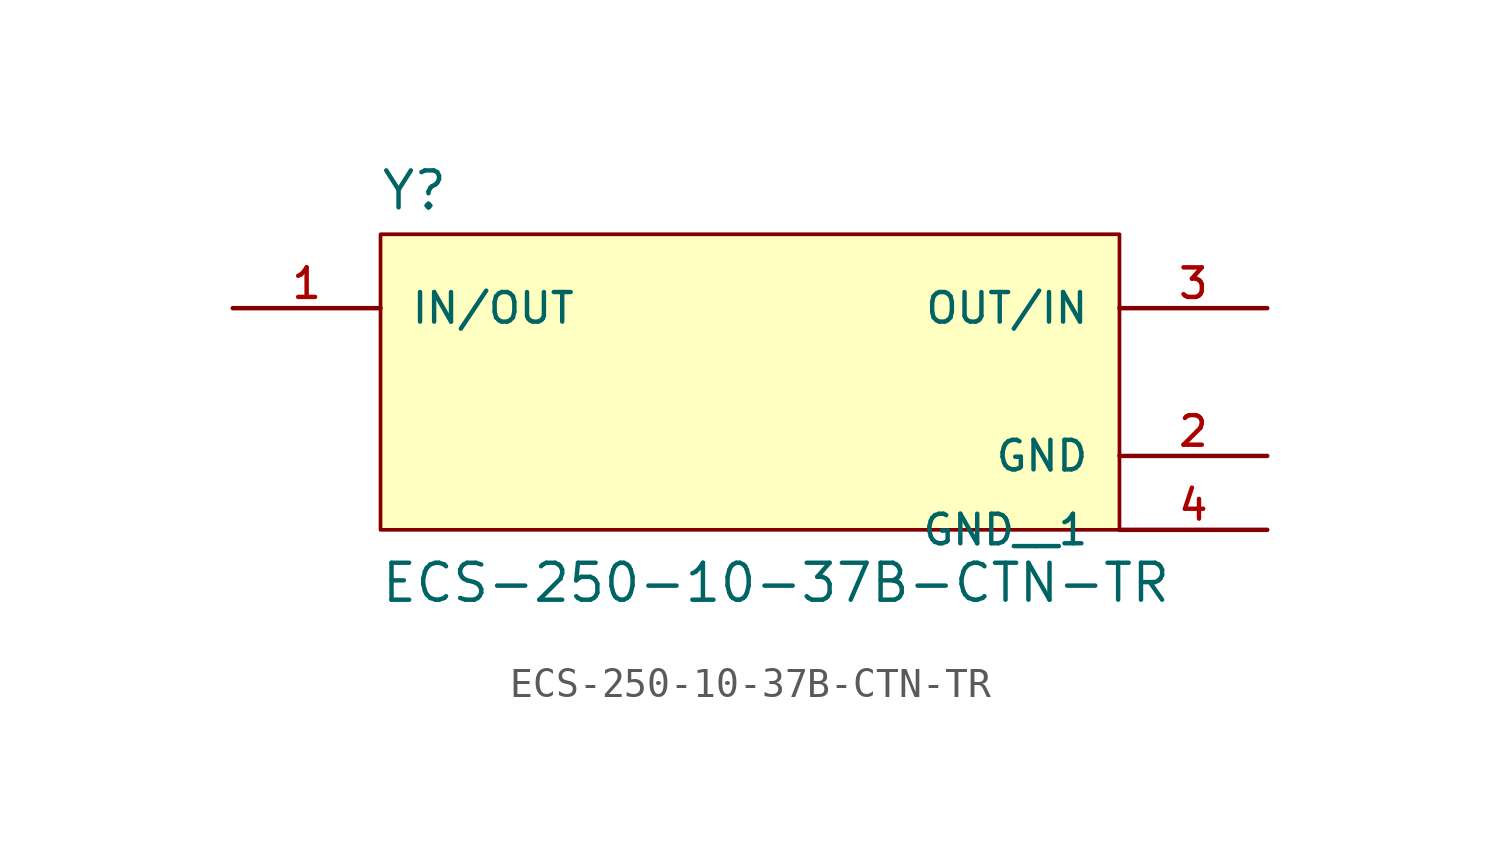
<source format=kicad_sym>
(kicad_symbol_lib
  (version 20220914)
  (generator kicad_symbol_editor)
  (symbol "ECS-250-10-37B-CTN-TR"
    (pin_names
      (offset 1.016))
    (property "Reference" "Y"
      (at -12.725 5.842 0)
      (effects (font (size 1.27 1.27)) (justify left bottom)))
    (property "Value" "ECS-250-10-37B-CTN-TR"
      (at -12.725 -7.645 0)
      (effects (font (size 1.27 1.27)) (justify left bottom)))
    (property "ki_locked" ""
      (at 0 0 0)
      (effects (font (size 1.27 1.27))))
    (symbol "ECS-250-10-37B-CTN-TR_0_0"
      (rectangle (start -12.7 -5.08) (end 12.7 5.08) (stroke (width 0.127) (type solid)) (fill (type background)))
      (pin bidirectional line (at -17.78 2.54 0) (length 5.08) (name "IN/OUT" (effects (font (size 1.016 1.016)))) (number "1" (effects (font (size 1.016 1.016)))))
      (pin power_in line (at 17.78 -2.54 180) (length 5.08) (name "GND" (effects (font (size 1.016 1.016)))) (number "2" (effects (font (size 1.016 1.016)))))
      (pin bidirectional line (at 17.78 2.54 180) (length 5.08) (name "OUT/IN" (effects (font (size 1.016 1.016)))) (number "3" (effects (font (size 1.016 1.016)))))
      (pin power_in line (at 17.78 -5.08 180) (length 5.08) (name "GND__1" (effects (font (size 1.016 1.016)))) (number "4" (effects (font (size 1.016 1.016))))))))
</source>
